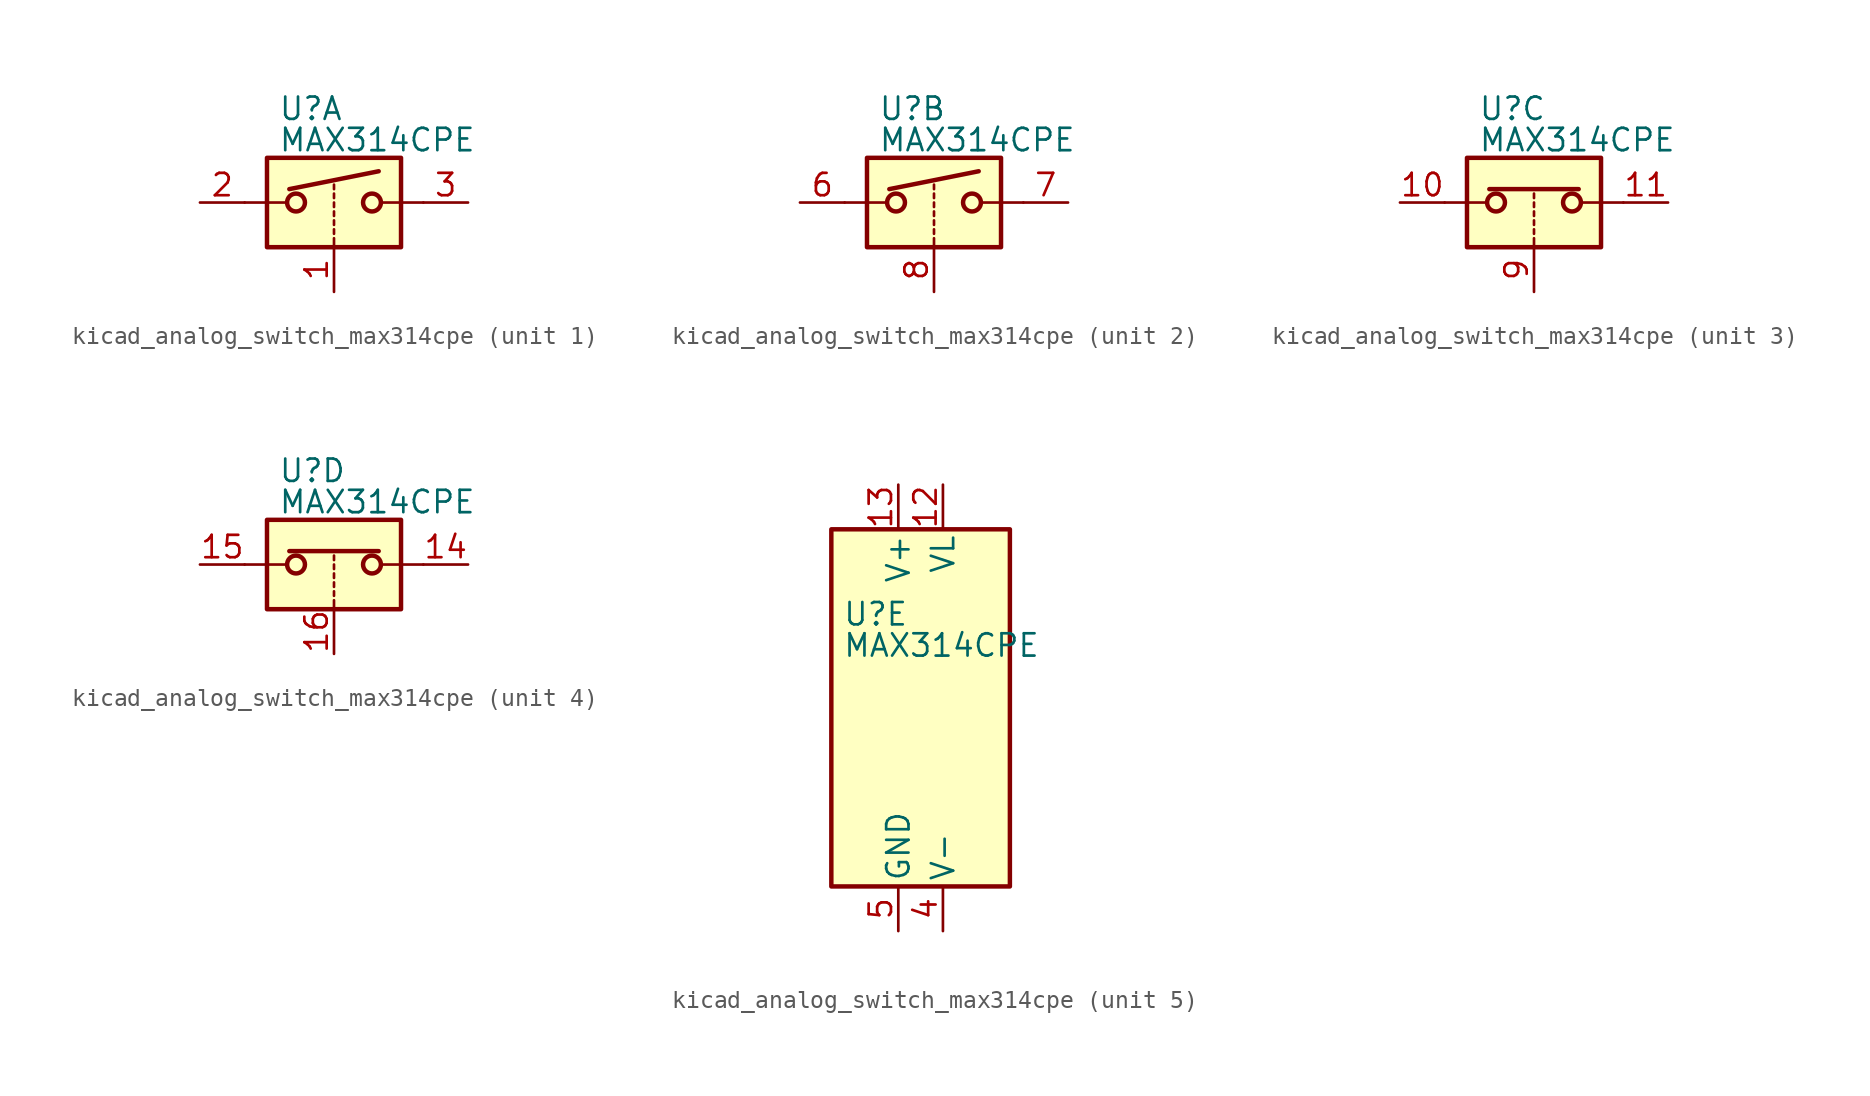
<source format=kicad_sym>
(kicad_symbol_lib
  (version 20220914)
  (generator kicad_symbol_editor)
  (symbol "kicad_analog_switch_max314cpe"
    (pin_names
      (offset 0.254))
    (property "Reference" "U"
      (at -3.175 5.334 0)
      (effects (font (size 1.27 1.27)) (justify left)))
    (property "Value" "MAX314CPE"
      (at -3.175 3.556 0)
      (effects (font (size 1.27 1.27)) (justify left)))
    (symbol "kicad_analog_switch_max314cpe_1_1"
      (rectangle (start -3.81 2.54) (end 3.81 -2.54) (stroke (width 0.254) (type default)) (fill (type background)))
      (circle (center -2.159 0) (radius 0.508) (stroke (width 0.254) (type default)) (fill (type none)))
      (polyline (pts (xy -5.08 0) (xy -2.794 0)) (stroke (width 0) (type default)) (fill (type none)))
      (polyline (pts (xy -2.54 0.762) (xy 2.54 1.778)) (stroke (width 0.254) (type default)) (fill (type none)))
      (polyline (pts (xy 0 -2.54) (xy 0 -2.032)) (stroke (width 0) (type default)) (fill (type none)))
      (polyline (pts (xy 0 -1.778) (xy 0 -1.524)) (stroke (width 0) (type default)) (fill (type none)))
      (polyline (pts (xy 0 -1.27) (xy 0 -1.016)) (stroke (width 0) (type default)) (fill (type none)))
      (polyline (pts (xy 0 -0.762) (xy 0 -0.508)) (stroke (width 0) (type default)) (fill (type none)))
      (polyline (pts (xy 0 -0.254) (xy 0 0)) (stroke (width 0) (type default)) (fill (type none)))
      (polyline (pts (xy 0 0.254) (xy 0 0.508)) (stroke (width 0) (type default)) (fill (type none)))
      (polyline (pts (xy 0 0.762) (xy 0 1.016)) (stroke (width 0) (type default)) (fill (type none)))
      (polyline (pts (xy 5.08 0) (xy 2.794 0)) (stroke (width 0) (type default)) (fill (type none)))
      (circle (center 2.159 0) (radius 0.508) (stroke (width 0.254) (type default)) (fill (type none)))
      (pin input line (at 0 -5.08 90) (length 2.54) (name "~" (effects (font (size 1.27 1.27)))) (number "1" (effects (font (size 1.27 1.27)))))
      (pin passive line (at -7.62 0 0) (length 2.54) (name "~" (effects (font (size 1.27 1.27)))) (number "2" (effects (font (size 1.27 1.27)))))
      (pin passive line (at 7.62 0 180) (length 2.54) (name "~" (effects (font (size 1.27 1.27)))) (number "3" (effects (font (size 1.27 1.27))))))
    (symbol "kicad_analog_switch_max314cpe_2_1"
      (rectangle (start -3.81 2.54) (end 3.81 -2.54) (stroke (width 0.254) (type default)) (fill (type background)))
      (circle (center -2.159 0) (radius 0.508) (stroke (width 0.254) (type default)) (fill (type none)))
      (polyline (pts (xy -5.08 0) (xy -2.794 0)) (stroke (width 0) (type default)) (fill (type none)))
      (polyline (pts (xy -2.54 0.762) (xy 2.54 1.778)) (stroke (width 0.254) (type default)) (fill (type none)))
      (polyline (pts (xy 0 -2.54) (xy 0 -2.032)) (stroke (width 0) (type default)) (fill (type none)))
      (polyline (pts (xy 0 -1.778) (xy 0 -1.524)) (stroke (width 0) (type default)) (fill (type none)))
      (polyline (pts (xy 0 -1.27) (xy 0 -1.016)) (stroke (width 0) (type default)) (fill (type none)))
      (polyline (pts (xy 0 -0.762) (xy 0 -0.508)) (stroke (width 0) (type default)) (fill (type none)))
      (polyline (pts (xy 0 -0.254) (xy 0 0)) (stroke (width 0) (type default)) (fill (type none)))
      (polyline (pts (xy 0 0.254) (xy 0 0.508)) (stroke (width 0) (type default)) (fill (type none)))
      (polyline (pts (xy 0 0.762) (xy 0 1.016)) (stroke (width 0) (type default)) (fill (type none)))
      (polyline (pts (xy 5.08 0) (xy 2.794 0)) (stroke (width 0) (type default)) (fill (type none)))
      (circle (center 2.159 0) (radius 0.508) (stroke (width 0.254) (type default)) (fill (type none)))
      (pin passive line (at -7.62 0 0) (length 2.54) (name "~" (effects (font (size 1.27 1.27)))) (number "6" (effects (font (size 1.27 1.27)))))
      (pin passive line (at 7.62 0 180) (length 2.54) (name "~" (effects (font (size 1.27 1.27)))) (number "7" (effects (font (size 1.27 1.27)))))
      (pin input line (at 0 -5.08 90) (length 2.54) (name "~" (effects (font (size 1.27 1.27)))) (number "8" (effects (font (size 1.27 1.27))))))
    (symbol "kicad_analog_switch_max314cpe_3_1"
      (rectangle (start -3.81 2.54) (end 3.81 -2.54) (stroke (width 0.254) (type default)) (fill (type background)))
      (circle (center -2.159 0) (radius 0.508) (stroke (width 0.254) (type default)) (fill (type none)))
      (polyline (pts (xy -5.08 0) (xy -2.794 0)) (stroke (width 0) (type default)) (fill (type none)))
      (polyline (pts (xy -2.54 0.762) (xy 2.54 0.762)) (stroke (width 0.254) (type default)) (fill (type none)))
      (polyline (pts (xy 0 -2.54) (xy 0 -2.032)) (stroke (width 0) (type default)) (fill (type none)))
      (polyline (pts (xy 0 -1.778) (xy 0 -1.524)) (stroke (width 0) (type default)) (fill (type none)))
      (polyline (pts (xy 0 -1.27) (xy 0 -1.016)) (stroke (width 0) (type default)) (fill (type none)))
      (polyline (pts (xy 0 -0.762) (xy 0 -0.508)) (stroke (width 0) (type default)) (fill (type none)))
      (polyline (pts (xy 0 -0.254) (xy 0 0)) (stroke (width 0) (type default)) (fill (type none)))
      (polyline (pts (xy 0 0.254) (xy 0 0.508)) (stroke (width 0) (type default)) (fill (type none)))
      (polyline (pts (xy 5.08 0) (xy 2.794 0)) (stroke (width 0) (type default)) (fill (type none)))
      (circle (center 2.159 0) (radius 0.508) (stroke (width 0.254) (type default)) (fill (type none)))
      (pin passive line (at -7.62 0 0) (length 2.54) (name "~" (effects (font (size 1.27 1.27)))) (number "10" (effects (font (size 1.27 1.27)))))
      (pin passive line (at 7.62 0 180) (length 2.54) (name "~" (effects (font (size 1.27 1.27)))) (number "11" (effects (font (size 1.27 1.27)))))
      (pin input line (at 0 -5.08 90) (length 2.54) (name "~" (effects (font (size 1.27 1.27)))) (number "9" (effects (font (size 1.27 1.27))))))
    (symbol "kicad_analog_switch_max314cpe_4_1"
      (rectangle (start -3.81 2.54) (end 3.81 -2.54) (stroke (width 0.254) (type default)) (fill (type background)))
      (circle (center -2.159 0) (radius 0.508) (stroke (width 0.254) (type default)) (fill (type none)))
      (polyline (pts (xy -5.08 0) (xy -2.794 0)) (stroke (width 0) (type default)) (fill (type none)))
      (polyline (pts (xy -2.54 0.762) (xy 2.54 0.762)) (stroke (width 0.254) (type default)) (fill (type none)))
      (polyline (pts (xy 0 -2.54) (xy 0 -2.032)) (stroke (width 0) (type default)) (fill (type none)))
      (polyline (pts (xy 0 -1.778) (xy 0 -1.524)) (stroke (width 0) (type default)) (fill (type none)))
      (polyline (pts (xy 0 -1.27) (xy 0 -1.016)) (stroke (width 0) (type default)) (fill (type none)))
      (polyline (pts (xy 0 -0.762) (xy 0 -0.508)) (stroke (width 0) (type default)) (fill (type none)))
      (polyline (pts (xy 0 -0.254) (xy 0 0)) (stroke (width 0) (type default)) (fill (type none)))
      (polyline (pts (xy 0 0.254) (xy 0 0.508)) (stroke (width 0) (type default)) (fill (type none)))
      (polyline (pts (xy 5.08 0) (xy 2.794 0)) (stroke (width 0) (type default)) (fill (type none)))
      (circle (center 2.159 0) (radius 0.508) (stroke (width 0.254) (type default)) (fill (type none)))
      (pin passive line (at 7.62 0 180) (length 2.54) (name "~" (effects (font (size 1.27 1.27)))) (number "14" (effects (font (size 1.27 1.27)))))
      (pin passive line (at -7.62 0 0) (length 2.54) (name "~" (effects (font (size 1.27 1.27)))) (number "15" (effects (font (size 1.27 1.27)))))
      (pin input line (at 0 -5.08 90) (length 2.54) (name "~" (effects (font (size 1.27 1.27)))) (number "16" (effects (font (size 1.27 1.27))))))
    (symbol "kicad_analog_switch_max314cpe_5_0"
      (pin power_in line (at 2.54 12.7 270) (length 2.54) (name "VL" (effects (font (size 1.27 1.27)))) (number "12" (effects (font (size 1.27 1.27)))))
      (pin power_in line (at 0 12.7 270) (length 2.54) (name "V+" (effects (font (size 1.27 1.27)))) (number "13" (effects (font (size 1.27 1.27)))))
      (pin power_in line (at 2.54 -12.7 90) (length 2.54) (name "V-" (effects (font (size 1.27 1.27)))) (number "4" (effects (font (size 1.27 1.27)))))
      (pin power_in line (at 0 -12.7 90) (length 2.54) (name "GND" (effects (font (size 1.27 1.27)))) (number "5" (effects (font (size 1.27 1.27))))))
    (symbol "kicad_analog_switch_max314cpe_5_1"
      (rectangle (start -3.81 10.16) (end 6.35 -10.16) (stroke (width 0.254) (type default)) (fill (type background))))))
</source>
